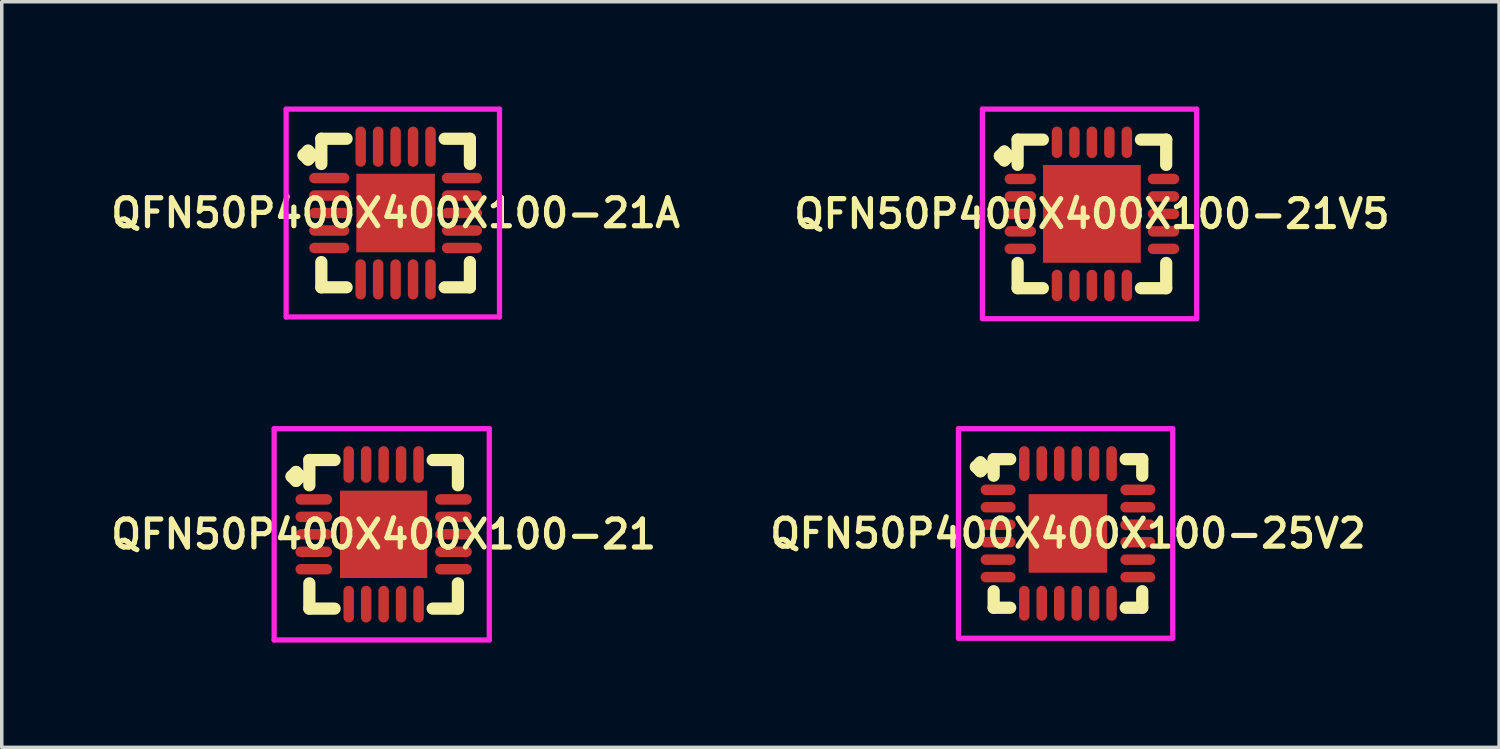
<source format=kicad_pcb>
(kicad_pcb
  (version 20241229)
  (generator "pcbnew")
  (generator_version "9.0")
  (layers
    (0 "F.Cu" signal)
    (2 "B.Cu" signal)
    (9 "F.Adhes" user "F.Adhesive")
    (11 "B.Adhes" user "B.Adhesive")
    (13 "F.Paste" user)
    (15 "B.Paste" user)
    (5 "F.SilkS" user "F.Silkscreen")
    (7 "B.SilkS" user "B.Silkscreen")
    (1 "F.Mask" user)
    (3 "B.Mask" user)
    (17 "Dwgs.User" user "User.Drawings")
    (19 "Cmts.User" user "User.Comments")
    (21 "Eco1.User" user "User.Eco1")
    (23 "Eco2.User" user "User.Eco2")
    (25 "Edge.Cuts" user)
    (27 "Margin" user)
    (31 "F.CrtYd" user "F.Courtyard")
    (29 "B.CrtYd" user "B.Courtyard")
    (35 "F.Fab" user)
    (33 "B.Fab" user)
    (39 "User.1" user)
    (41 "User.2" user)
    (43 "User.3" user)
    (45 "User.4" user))
  (footprint "QFN50P400X400X100-21"
    (layer "F.Cu")
    (at 7.935 12.25)
    (property "Reference" "QFN50P400X400X100-21" (at 0 0 0) (layer "F.SilkS") (effects (font (size 0.8 0.8) (thickness 0.15))))
    (attr smd)
    (fp_line (start -2.635 -1.658) (end -2.508 -1.785) (stroke (width 0.35) (type solid)) (layer "F.SilkS"))
    (fp_line (start -2.508 -1.785) (end -2.381 -1.658) (stroke (width 0.35) (type solid)) (layer "F.SilkS"))
    (fp_line (start -2.508 -1.531) (end -2.635 -1.658) (stroke (width 0.35) (type solid)) (layer "F.SilkS"))
    (fp_line (start -2.381 -1.658) (end -2.508 -1.531) (stroke (width 0.35) (type solid)) (layer "F.SilkS"))
    (fp_line (start -2.127 -2.127) (end -1.404 -2.127) (stroke (width 0.35) (type solid)) (layer "F.SilkS"))
    (fp_line (start -2.127 -1.404) (end -2.127 -2.127) (stroke (width 0.35) (type solid)) (layer "F.SilkS"))
    (fp_line (start -2.127 1.404) (end -2.127 2.127) (stroke (width 0.35) (type solid)) (layer "F.SilkS"))
    (fp_line (start -2.127 2.127) (end -1.404 2.127) (stroke (width 0.35) (type solid)) (layer "F.SilkS"))
    (fp_line (start 1.404 -2.127) (end 2.127 -2.127) (stroke (width 0.35) (type solid)) (layer "F.SilkS"))
    (fp_line (start 1.404 2.127) (end 2.127 2.127) (stroke (width 0.35) (type solid)) (layer "F.SilkS"))
    (fp_line (start 2.127 -2.127) (end 2.127 -1.404) (stroke (width 0.35) (type solid)) (layer "F.SilkS"))
    (fp_line (start 2.127 2.127) (end 2.127 1.404) (stroke (width 0.35) (type solid)) (layer "F.SilkS"))
    (fp_line (start -3.135 -3.025) (end 3.025 -3.025) (stroke (width 0.15) (type solid)) (layer "F.CrtYd"))
    (fp_line (start -3.135 3.025) (end -3.135 -3.025) (stroke (width 0.15) (type solid)) (layer "F.CrtYd"))
    (fp_line (start 3.025 -3.025) (end 3.025 3.025) (stroke (width 0.15) (type solid)) (layer "F.CrtYd"))
    (fp_line (start 3.025 3.025) (end -3.135 3.025) (stroke (width 0.15) (type solid)) (layer "F.CrtYd"))
    (pad "1" smd oval (at -2 -1) (size 1.05 0.3) (layers "F.Cu" "F.Mask" "F.Paste"))
    (pad "2" smd oval (at -2 -0.5) (size 1.05 0.3) (layers "F.Cu" "F.Mask" "F.Paste"))
    (pad "3" smd oval (at -2 0) (size 1.05 0.3) (layers "F.Cu" "F.Mask" "F.Paste"))
    (pad "4" smd oval (at -2 0.5) (size 1.05 0.3) (layers "F.Cu" "F.Mask" "F.Paste"))
    (pad "5" smd oval (at -2 1) (size 1.05 0.3) (layers "F.Cu" "F.Mask" "F.Paste"))
    (pad "6" smd oval (at -1 2) (size 0.3 1.05) (layers "F.Cu" "F.Mask" "F.Paste"))
    (pad "7" smd oval (at -0.5 2) (size 0.3 1.05) (layers "F.Cu" "F.Mask" "F.Paste"))
    (pad "8" smd oval (at 0 2) (size 0.3 1.05) (layers "F.Cu" "F.Mask" "F.Paste"))
    (pad "9" smd oval (at 0.5 2) (size 0.3 1.05) (layers "F.Cu" "F.Mask" "F.Paste"))
    (pad "10" smd oval (at 1 2) (size 0.3 1.05) (layers "F.Cu" "F.Mask" "F.Paste"))
    (pad "11" smd oval (at 2 1) (size 1.05 0.3) (layers "F.Cu" "F.Mask" "F.Paste"))
    (pad "12" smd oval (at 2 0.5) (size 1.05 0.3) (layers "F.Cu" "F.Mask" "F.Paste"))
    (pad "13" smd oval (at 2 0) (size 1.05 0.3) (layers "F.Cu" "F.Mask" "F.Paste"))
    (pad "14" smd oval (at 2 -0.5) (size 1.05 0.3) (layers "F.Cu" "F.Mask" "F.Paste"))
    (pad "15" smd oval (at 2 -1) (size 1.05 0.3) (layers "F.Cu" "F.Mask" "F.Paste"))
    (pad "16" smd oval (at 1 -2) (size 0.3 1.05) (layers "F.Cu" "F.Mask" "F.Paste"))
    (pad "17" smd oval (at 0.5 -2) (size 0.3 1.05) (layers "F.Cu" "F.Mask" "F.Paste"))
    (pad "18" smd oval (at 0 -2) (size 0.3 1.05) (layers "F.Cu" "F.Mask" "F.Paste"))
    (pad "19" smd oval (at -0.5 -2) (size 0.3 1.05) (layers "F.Cu" "F.Mask" "F.Paste"))
    (pad "20" smd oval (at -1 -2) (size 0.3 1.05) (layers "F.Cu" "F.Mask" "F.Paste"))
    (pad "21" smd rect (at 0 0) (size 2.5 2.5) (layers "F.Cu" "F.Mask" "F.Paste")))
  (footprint "QFN50P400X400X100-21V5"
    (layer "F.Cu")
    (at 28.216 3.075)
    (property "Reference" "QFN50P400X400X100-21V5" (at 0 0 0) (layer "F.SilkS") (effects (font (size 0.8 0.8) (thickness 0.15))))
    (attr smd)
    (fp_line (start -2.635 -1.658) (end -2.508 -1.785) (stroke (width 0.35) (type solid)) (layer "F.SilkS"))
    (fp_line (start -2.508 -1.785) (end -2.381 -1.658) (stroke (width 0.35) (type solid)) (layer "F.SilkS"))
    (fp_line (start -2.508 -1.531) (end -2.635 -1.658) (stroke (width 0.35) (type solid)) (layer "F.SilkS"))
    (fp_line (start -2.381 -1.658) (end -2.508 -1.531) (stroke (width 0.35) (type solid)) (layer "F.SilkS"))
    (fp_line (start -2.127 -2.127) (end -1.404 -2.127) (stroke (width 0.35) (type solid)) (layer "F.SilkS"))
    (fp_line (start -2.127 -1.404) (end -2.127 -2.127) (stroke (width 0.35) (type solid)) (layer "F.SilkS"))
    (fp_line (start -2.127 1.404) (end -2.127 2.127) (stroke (width 0.35) (type solid)) (layer "F.SilkS"))
    (fp_line (start -2.127 2.127) (end -1.404 2.127) (stroke (width 0.35) (type solid)) (layer "F.SilkS"))
    (fp_line (start 1.404 -2.127) (end 2.127 -2.127) (stroke (width 0.35) (type solid)) (layer "F.SilkS"))
    (fp_line (start 1.404 2.127) (end 2.127 2.127) (stroke (width 0.35) (type solid)) (layer "F.SilkS"))
    (fp_line (start 2.127 -2.127) (end 2.127 -1.404) (stroke (width 0.35) (type solid)) (layer "F.SilkS"))
    (fp_line (start 2.127 2.127) (end 2.127 1.404) (stroke (width 0.35) (type solid)) (layer "F.SilkS"))
    (fp_line (start -3.135 -3) (end 3 -3) (stroke (width 0.15) (type solid)) (layer "F.CrtYd"))
    (fp_line (start -3.135 3) (end -3.135 -3) (stroke (width 0.15) (type solid)) (layer "F.CrtYd"))
    (fp_line (start 3 -3) (end 3 3) (stroke (width 0.15) (type solid)) (layer "F.CrtYd"))
    (fp_line (start 3 3) (end -3.135 3) (stroke (width 0.15) (type solid)) (layer "F.CrtYd"))
    (pad "1" smd oval (at -2.05 -1) (size 0.9 0.3) (layers "F.Cu" "F.Mask" "F.Paste"))
    (pad "2" smd oval (at -2.05 -0.5) (size 0.9 0.3) (layers "F.Cu" "F.Mask" "F.Paste"))
    (pad "3" smd oval (at -2.05 0) (size 0.9 0.3) (layers "F.Cu" "F.Mask" "F.Paste"))
    (pad "4" smd oval (at -2.05 0.5) (size 0.9 0.3) (layers "F.Cu" "F.Mask" "F.Paste"))
    (pad "5" smd oval (at -2.05 1) (size 0.9 0.3) (layers "F.Cu" "F.Mask" "F.Paste"))
    (pad "6" smd oval (at -1 2.05) (size 0.3 0.9) (layers "F.Cu" "F.Mask" "F.Paste"))
    (pad "7" smd oval (at -0.5 2.05) (size 0.3 0.9) (layers "F.Cu" "F.Mask" "F.Paste"))
    (pad "8" smd oval (at 0 2.05) (size 0.3 0.9) (layers "F.Cu" "F.Mask" "F.Paste"))
    (pad "9" smd oval (at 0.5 2.05) (size 0.3 0.9) (layers "F.Cu" "F.Mask" "F.Paste"))
    (pad "10" smd oval (at 1 2.05) (size 0.3 0.9) (layers "F.Cu" "F.Mask" "F.Paste"))
    (pad "11" smd oval (at 2.05 1) (size 0.9 0.3) (layers "F.Cu" "F.Mask" "F.Paste"))
    (pad "12" smd oval (at 2.05 0.5) (size 0.9 0.3) (layers "F.Cu" "F.Mask" "F.Paste"))
    (pad "13" smd oval (at 2.05 0) (size 0.9 0.3) (layers "F.Cu" "F.Mask" "F.Paste"))
    (pad "14" smd oval (at 2.05 -0.5) (size 0.9 0.3) (layers "F.Cu" "F.Mask" "F.Paste"))
    (pad "15" smd oval (at 2.05 -1) (size 0.9 0.3) (layers "F.Cu" "F.Mask" "F.Paste"))
    (pad "16" smd oval (at 1 -2.05) (size 0.3 0.9) (layers "F.Cu" "F.Mask" "F.Paste"))
    (pad "17" smd oval (at 0.5 -2.05) (size 0.3 0.9) (layers "F.Cu" "F.Mask" "F.Paste"))
    (pad "18" smd oval (at 0 -2.05) (size 0.3 0.9) (layers "F.Cu" "F.Mask" "F.Paste"))
    (pad "19" smd oval (at -0.5 -2.05) (size 0.3 0.9) (layers "F.Cu" "F.Mask" "F.Paste"))
    (pad "20" smd oval (at -1 -2.05) (size 0.3 0.9) (layers "F.Cu" "F.Mask" "F.Paste"))
    (pad "21" smd rect (at 0 0) (size 2.8 2.8) (layers "F.Cu" "F.Mask" "F.Paste")))
  (footprint "QFN50P400X400X100-21A"
    (layer "F.Cu")
    (at 8.278 3.05)
    (property "Reference" "QFN50P400X400X100-21A" (at 0 0 0) (layer "F.SilkS") (effects (font (size 0.8 0.8) (thickness 0.15))))
    (attr smd)
    (fp_line (start -2.635 -1.658) (end -2.508 -1.785) (stroke (width 0.35) (type solid)) (layer "F.SilkS"))
    (fp_line (start -2.508 -1.785) (end -2.381 -1.658) (stroke (width 0.35) (type solid)) (layer "F.SilkS"))
    (fp_line (start -2.508 -1.531) (end -2.635 -1.658) (stroke (width 0.35) (type solid)) (layer "F.SilkS"))
    (fp_line (start -2.381 -1.658) (end -2.508 -1.531) (stroke (width 0.35) (type solid)) (layer "F.SilkS"))
    (fp_line (start -2.127 -2.127) (end -1.404 -2.127) (stroke (width 0.35) (type solid)) (layer "F.SilkS"))
    (fp_line (start -2.127 -1.404) (end -2.127 -2.127) (stroke (width 0.35) (type solid)) (layer "F.SilkS"))
    (fp_line (start -2.127 1.404) (end -2.127 2.127) (stroke (width 0.35) (type solid)) (layer "F.SilkS"))
    (fp_line (start -2.127 2.127) (end -1.404 2.127) (stroke (width 0.35) (type solid)) (layer "F.SilkS"))
    (fp_line (start 1.404 -2.127) (end 2.127 -2.127) (stroke (width 0.35) (type solid)) (layer "F.SilkS"))
    (fp_line (start 1.404 2.127) (end 2.127 2.127) (stroke (width 0.35) (type solid)) (layer "F.SilkS"))
    (fp_line (start 2.127 -2.127) (end 2.127 -1.404) (stroke (width 0.35) (type solid)) (layer "F.SilkS"))
    (fp_line (start 2.127 2.127) (end 2.127 1.404) (stroke (width 0.35) (type solid)) (layer "F.SilkS"))
    (fp_line (start -3.135 -2.975) (end 2.975 -2.975) (stroke (width 0.15) (type solid)) (layer "F.CrtYd"))
    (fp_line (start -3.135 2.975) (end -3.135 -2.975) (stroke (width 0.15) (type solid)) (layer "F.CrtYd"))
    (fp_line (start 2.975 -2.975) (end 2.975 2.975) (stroke (width 0.15) (type solid)) (layer "F.CrtYd"))
    (fp_line (start 2.975 2.975) (end -3.135 2.975) (stroke (width 0.15) (type solid)) (layer "F.CrtYd"))
    (pad "1" smd oval (at -1.9 -1) (size 1.15 0.3) (layers "F.Cu" "F.Mask" "F.Paste"))
    (pad "2" smd oval (at -1.9 -0.5) (size 1.15 0.3) (layers "F.Cu" "F.Mask" "F.Paste"))
    (pad "3" smd oval (at -1.9 0) (size 1.15 0.3) (layers "F.Cu" "F.Mask" "F.Paste"))
    (pad "4" smd oval (at -1.9 0.5) (size 1.15 0.3) (layers "F.Cu" "F.Mask" "F.Paste"))
    (pad "5" smd oval (at -1.9 1) (size 1.15 0.3) (layers "F.Cu" "F.Mask" "F.Paste"))
    (pad "6" smd oval (at -1 1.9) (size 0.3 1.15) (layers "F.Cu" "F.Mask" "F.Paste"))
    (pad "7" smd oval (at -0.5 1.9) (size 0.3 1.15) (layers "F.Cu" "F.Mask" "F.Paste"))
    (pad "8" smd oval (at 0 1.9) (size 0.3 1.15) (layers "F.Cu" "F.Mask" "F.Paste"))
    (pad "9" smd oval (at 0.5 1.9) (size 0.3 1.15) (layers "F.Cu" "F.Mask" "F.Paste"))
    (pad "10" smd oval (at 1 1.9) (size 0.3 1.15) (layers "F.Cu" "F.Mask" "F.Paste"))
    (pad "11" smd oval (at 1.9 1) (size 1.15 0.3) (layers "F.Cu" "F.Mask" "F.Paste"))
    (pad "12" smd oval (at 1.9 0.5) (size 1.15 0.3) (layers "F.Cu" "F.Mask" "F.Paste"))
    (pad "13" smd oval (at 1.9 0) (size 1.15 0.3) (layers "F.Cu" "F.Mask" "F.Paste"))
    (pad "14" smd oval (at 1.9 -0.5) (size 1.15 0.3) (layers "F.Cu" "F.Mask" "F.Paste"))
    (pad "15" smd oval (at 1.9 -1) (size 1.15 0.3) (layers "F.Cu" "F.Mask" "F.Paste"))
    (pad "16" smd oval (at 1 -1.9) (size 0.3 1.15) (layers "F.Cu" "F.Mask" "F.Paste"))
    (pad "17" smd oval (at 0.5 -1.9) (size 0.3 1.15) (layers "F.Cu" "F.Mask" "F.Paste"))
    (pad "18" smd oval (at 0 -1.9) (size 0.3 1.15) (layers "F.Cu" "F.Mask" "F.Paste"))
    (pad "19" smd oval (at -0.5 -1.9) (size 0.3 1.15) (layers "F.Cu" "F.Mask" "F.Paste"))
    (pad "20" smd oval (at -1 -1.9) (size 0.3 1.15) (layers "F.Cu" "F.Mask" "F.Paste"))
    (pad "21" smd rect (at 0 0) (size 2.25 2.25) (layers "F.Cu" "F.Mask" "F.Paste")))
  (footprint "QFN50P400X400X100-25V2"
    (layer "F.Cu")
    (at 27.53 12.225)
    (property "Reference" "QFN50P400X400X100-25V2" (at 0 0 0) (layer "F.SilkS") (effects (font (size 0.8 0.8) (thickness 0.15))))
    (attr smd)
    (fp_line (start -2.635 -1.908) (end -2.508 -2.035) (stroke (width 0.35) (type solid)) (layer "F.SilkS"))
    (fp_line (start -2.508 -2.035) (end -2.381 -1.908) (stroke (width 0.35) (type solid)) (layer "F.SilkS"))
    (fp_line (start -2.508 -1.781) (end -2.635 -1.908) (stroke (width 0.35) (type solid)) (layer "F.SilkS"))
    (fp_line (start -2.381 -1.908) (end -2.508 -1.781) (stroke (width 0.35) (type solid)) (layer "F.SilkS"))
    (fp_line (start -2.127 -2.127) (end -1.654 -2.127) (stroke (width 0.35) (type solid)) (layer "F.SilkS"))
    (fp_line (start -2.127 -1.654) (end -2.127 -2.127) (stroke (width 0.35) (type solid)) (layer "F.SilkS"))
    (fp_line (start -2.127 1.654) (end -2.127 2.127) (stroke (width 0.35) (type solid)) (layer "F.SilkS"))
    (fp_line (start -2.127 2.127) (end -1.654 2.127) (stroke (width 0.35) (type solid)) (layer "F.SilkS"))
    (fp_line (start 1.654 -2.127) (end 2.127 -2.127) (stroke (width 0.35) (type solid)) (layer "F.SilkS"))
    (fp_line (start 1.654 2.127) (end 2.127 2.127) (stroke (width 0.35) (type solid)) (layer "F.SilkS"))
    (fp_line (start 2.127 -2.127) (end 2.127 -1.654) (stroke (width 0.35) (type solid)) (layer "F.SilkS"))
    (fp_line (start 2.127 2.127) (end 2.127 1.654) (stroke (width 0.35) (type solid)) (layer "F.SilkS"))
    (fp_line (start -3.135 -3) (end 3 -3) (stroke (width 0.15) (type solid)) (layer "F.CrtYd"))
    (fp_line (start -3.135 3) (end -3.135 -3) (stroke (width 0.15) (type solid)) (layer "F.CrtYd"))
    (fp_line (start 3 -3) (end 3 3) (stroke (width 0.15) (type solid)) (layer "F.CrtYd"))
    (fp_line (start 3 3) (end -3.135 3) (stroke (width 0.15) (type solid)) (layer "F.CrtYd"))
    (pad "1" smd oval (at -2 -1.25) (size 1 0.3) (layers "F.Cu" "F.Mask" "F.Paste"))
    (pad "2" smd oval (at -2 -0.75) (size 1 0.3) (layers "F.Cu" "F.Mask" "F.Paste"))
    (pad "3" smd oval (at -2 -0.25) (size 1 0.3) (layers "F.Cu" "F.Mask" "F.Paste"))
    (pad "4" smd oval (at -2 0.25) (size 1 0.3) (layers "F.Cu" "F.Mask" "F.Paste"))
    (pad "5" smd oval (at -2 0.75) (size 1 0.3) (layers "F.Cu" "F.Mask" "F.Paste"))
    (pad "6" smd oval (at -2 1.25) (size 1 0.3) (layers "F.Cu" "F.Mask" "F.Paste"))
    (pad "7" smd oval (at -1.25 2) (size 0.3 1) (layers "F.Cu" "F.Mask" "F.Paste"))
    (pad "8" smd oval (at -0.75 2) (size 0.3 1) (layers "F.Cu" "F.Mask" "F.Paste"))
    (pad "9" smd oval (at -0.25 2) (size 0.3 1) (layers "F.Cu" "F.Mask" "F.Paste"))
    (pad "10" smd oval (at 0.25 2) (size 0.3 1) (layers "F.Cu" "F.Mask" "F.Paste"))
    (pad "11" smd oval (at 0.75 2) (size 0.3 1) (layers "F.Cu" "F.Mask" "F.Paste"))
    (pad "12" smd oval (at 1.25 2) (size 0.3 1) (layers "F.Cu" "F.Mask" "F.Paste"))
    (pad "13" smd oval (at 2 1.25) (size 1 0.3) (layers "F.Cu" "F.Mask" "F.Paste"))
    (pad "14" smd oval (at 2 0.75) (size 1 0.3) (layers "F.Cu" "F.Mask" "F.Paste"))
    (pad "15" smd oval (at 2 0.25) (size 1 0.3) (layers "F.Cu" "F.Mask" "F.Paste"))
    (pad "16" smd oval (at 2 -0.25) (size 1 0.3) (layers "F.Cu" "F.Mask" "F.Paste"))
    (pad "17" smd oval (at 2 -0.75) (size 1 0.3) (layers "F.Cu" "F.Mask" "F.Paste"))
    (pad "18" smd oval (at 2 -1.25) (size 1 0.3) (layers "F.Cu" "F.Mask" "F.Paste"))
    (pad "19" smd oval (at 1.25 -2) (size 0.3 1) (layers "F.Cu" "F.Mask" "F.Paste"))
    (pad "20" smd oval (at 0.75 -2) (size 0.3 1) (layers "F.Cu" "F.Mask" "F.Paste"))
    (pad "21" smd oval (at 0.25 -2) (size 0.3 1) (layers "F.Cu" "F.Mask" "F.Paste"))
    (pad "22" smd oval (at -0.25 -2) (size 0.3 1) (layers "F.Cu" "F.Mask" "F.Paste"))
    (pad "23" smd oval (at -0.75 -2) (size 0.3 1) (layers "F.Cu" "F.Mask" "F.Paste"))
    (pad "24" smd oval (at -1.25 -2) (size 0.3 1) (layers "F.Cu" "F.Mask" "F.Paste"))
    (pad "25" smd rect (at 0 0) (size 2.25 2.25) (layers "F.Cu" "F.Mask" "F.Paste")))
  (gr_rect
    (start -3 -3)
    (end 39.875 18.35)
    (stroke (width 0.1) (type default))
    (fill no)
    (layer "Edge.Cuts")))
</source>
